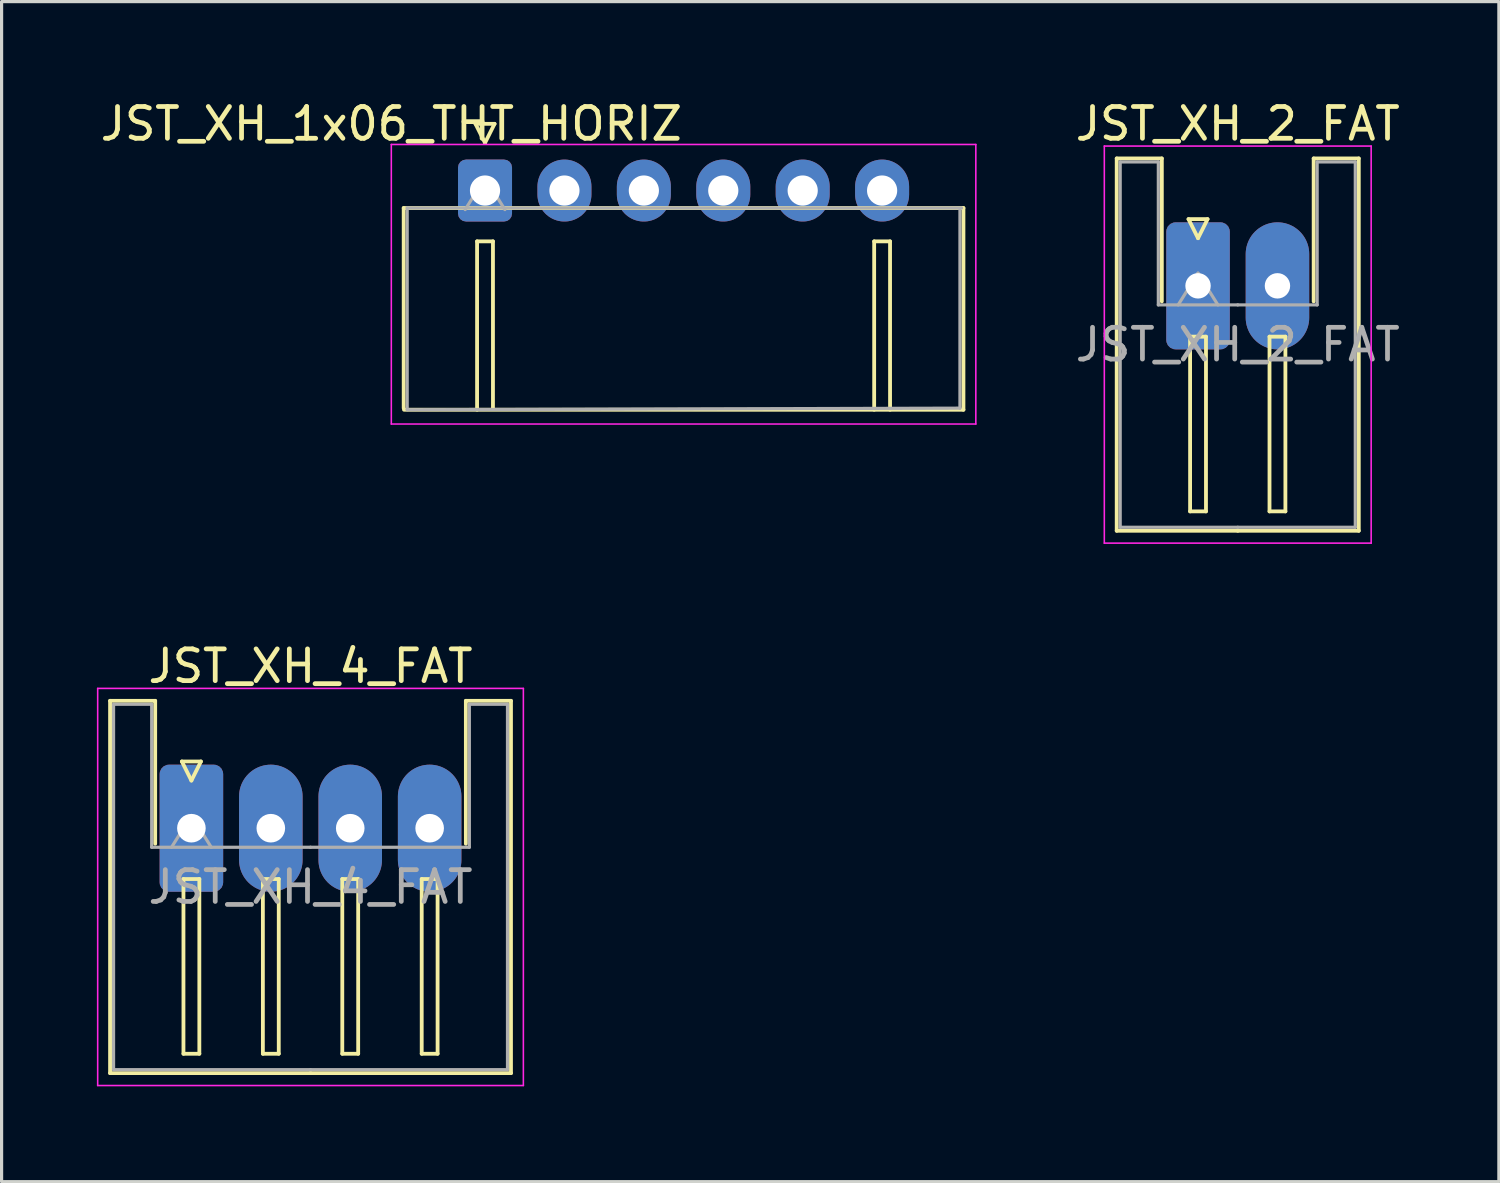
<source format=kicad_pcb>
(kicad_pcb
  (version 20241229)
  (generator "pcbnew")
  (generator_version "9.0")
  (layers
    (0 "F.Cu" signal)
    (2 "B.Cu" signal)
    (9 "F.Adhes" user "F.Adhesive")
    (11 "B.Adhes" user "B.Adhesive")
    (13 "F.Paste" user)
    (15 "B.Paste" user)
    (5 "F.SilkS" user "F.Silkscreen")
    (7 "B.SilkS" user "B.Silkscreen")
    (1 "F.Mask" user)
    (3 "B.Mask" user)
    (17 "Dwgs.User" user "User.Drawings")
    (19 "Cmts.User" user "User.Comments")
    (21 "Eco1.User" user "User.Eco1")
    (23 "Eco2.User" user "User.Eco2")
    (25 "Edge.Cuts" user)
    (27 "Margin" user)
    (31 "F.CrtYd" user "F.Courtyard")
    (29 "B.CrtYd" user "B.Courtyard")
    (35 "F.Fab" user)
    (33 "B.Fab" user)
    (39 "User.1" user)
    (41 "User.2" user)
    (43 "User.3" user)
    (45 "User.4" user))
  (footprint "JST_XH_4_FAT"
    (layer "F.Cu")
    (at 2.975 23.021)
    (property "Reference" "JST_XH_4_FAT" (at 3.75 -5.1 0) (layer "F.SilkS") (effects (font (size 1 1) (thickness 0.15))))
    (attr through_hole)
    (fp_line (start -2.56 -4.01) (end -1.14 -4.01) (stroke (width 0.12) (type solid)) (layer "F.SilkS"))
    (fp_line (start -2.56 7.71) (end -2.56 -4.01) (stroke (width 0.12) (type solid)) (layer "F.SilkS"))
    (fp_line (start -1.14 -4.01) (end -1.14 0.49) (stroke (width 0.12) (type solid)) (layer "F.SilkS"))
    (fp_line (start -0.3 -2.1) (end 0.3 -2.1) (stroke (width 0.12) (type solid)) (layer "F.SilkS"))
    (fp_line (start -0.25 1.6) (end -0.25 7.1) (stroke (width 0.12) (type solid)) (layer "F.SilkS"))
    (fp_line (start -0.25 7.1) (end 0.25 7.1) (stroke (width 0.12) (type solid)) (layer "F.SilkS"))
    (fp_line (start 0 -1.5) (end -0.3 -2.1) (stroke (width 0.12) (type solid)) (layer "F.SilkS"))
    (fp_line (start 0.25 1.6) (end -0.25 1.6) (stroke (width 0.12) (type solid)) (layer "F.SilkS"))
    (fp_line (start 0.25 7.1) (end 0.25 1.6) (stroke (width 0.12) (type solid)) (layer "F.SilkS"))
    (fp_line (start 0.3 -2.1) (end 0 -1.5) (stroke (width 0.12) (type solid)) (layer "F.SilkS"))
    (fp_line (start 2.25 1.6) (end 2.25 7.1) (stroke (width 0.12) (type solid)) (layer "F.SilkS"))
    (fp_line (start 2.25 7.1) (end 2.75 7.1) (stroke (width 0.12) (type solid)) (layer "F.SilkS"))
    (fp_line (start 2.75 1.6) (end 2.25 1.6) (stroke (width 0.12) (type solid)) (layer "F.SilkS"))
    (fp_line (start 2.75 7.1) (end 2.75 1.6) (stroke (width 0.12) (type solid)) (layer "F.SilkS"))
    (fp_line (start 3.75 7.71) (end -2.56 7.71) (stroke (width 0.12) (type solid)) (layer "F.SilkS"))
    (fp_line (start 3.75 7.71) (end 10.06 7.71) (stroke (width 0.12) (type solid)) (layer "F.SilkS"))
    (fp_line (start 4.75 1.6) (end 4.75 7.1) (stroke (width 0.12) (type solid)) (layer "F.SilkS"))
    (fp_line (start 4.75 7.1) (end 5.25 7.1) (stroke (width 0.12) (type solid)) (layer "F.SilkS"))
    (fp_line (start 5.25 1.6) (end 4.75 1.6) (stroke (width 0.12) (type solid)) (layer "F.SilkS"))
    (fp_line (start 5.25 7.1) (end 5.25 1.6) (stroke (width 0.12) (type solid)) (layer "F.SilkS"))
    (fp_line (start 7.25 1.6) (end 7.25 7.1) (stroke (width 0.12) (type solid)) (layer "F.SilkS"))
    (fp_line (start 7.25 7.1) (end 7.75 7.1) (stroke (width 0.12) (type solid)) (layer "F.SilkS"))
    (fp_line (start 7.75 1.6) (end 7.25 1.6) (stroke (width 0.12) (type solid)) (layer "F.SilkS"))
    (fp_line (start 7.75 7.1) (end 7.75 1.6) (stroke (width 0.12) (type solid)) (layer "F.SilkS"))
    (fp_line (start 8.64 -4.01) (end 8.64 0.49) (stroke (width 0.12) (type solid)) (layer "F.SilkS"))
    (fp_line (start 10.06 -4.01) (end 8.64 -4.01) (stroke (width 0.12) (type solid)) (layer "F.SilkS"))
    (fp_line (start 10.06 7.71) (end 10.06 -4.01) (stroke (width 0.12) (type solid)) (layer "F.SilkS"))
    (fp_line (start -2.95 -4.4) (end -2.95 8.1) (stroke (width 0.05) (type solid)) (layer "F.CrtYd"))
    (fp_line (start -2.95 8.1) (end 10.45 8.1) (stroke (width 0.05) (type solid)) (layer "F.CrtYd"))
    (fp_line (start 10.45 -4.4) (end -2.95 -4.4) (stroke (width 0.05) (type solid)) (layer "F.CrtYd"))
    (fp_line (start 10.45 8.1) (end 10.45 -4.4) (stroke (width 0.05) (type solid)) (layer "F.CrtYd"))
    (fp_line (start -2.45 -3.9) (end -1.25 -3.9) (stroke (width 0.1) (type solid)) (layer "F.Fab"))
    (fp_line (start -2.45 7.6) (end -2.45 -3.9) (stroke (width 0.1) (type solid)) (layer "F.Fab"))
    (fp_line (start -1.25 -3.9) (end -1.25 0.6) (stroke (width 0.1) (type solid)) (layer "F.Fab"))
    (fp_line (start -1.25 0.6) (end 3.75 0.6) (stroke (width 0.1) (type solid)) (layer "F.Fab"))
    (fp_line (start -0.625 0.6) (end 0 -0.4) (stroke (width 0.1) (type solid)) (layer "F.Fab"))
    (fp_line (start 0 -0.4) (end 0.625 0.6) (stroke (width 0.1) (type solid)) (layer "F.Fab"))
    (fp_line (start 3.75 7.6) (end -2.45 7.6) (stroke (width 0.1) (type solid)) (layer "F.Fab"))
    (fp_line (start 3.75 7.6) (end 9.95 7.6) (stroke (width 0.1) (type solid)) (layer "F.Fab"))
    (fp_line (start 8.75 -3.9) (end 8.75 0.6) (stroke (width 0.1) (type solid)) (layer "F.Fab"))
    (fp_line (start 8.75 0.6) (end 3.75 0.6) (stroke (width 0.1) (type solid)) (layer "F.Fab"))
    (fp_line (start 9.95 -3.9) (end 8.75 -3.9) (stroke (width 0.1) (type solid)) (layer "F.Fab"))
    (fp_line (start 9.95 7.6) (end 9.95 -3.9) (stroke (width 0.1) (type solid)) (layer "F.Fab"))
    (fp_text user "${REFERENCE}" (at 3.75 1.85 0) (layer "F.Fab") (effects (font (size 1 1) (thickness 0.15))))
    (pad "1" thru_hole roundrect (at 0 0) (size 2 4) (drill 0.9) (layers "*.Cu" "*.Mask") (roundrect_rratio 0.147))
    (pad "2" thru_hole oval (at 2.5 0) (size 2 4) (drill 0.9) (layers "*.Cu" "*.Mask"))
    (pad "3" thru_hole oval (at 5 0) (size 2 4) (drill 0.9) (layers "*.Cu" "*.Mask"))
    (pad "4" thru_hole oval (at 7.5 0) (size 2 4) (drill 0.9) (layers "*.Cu" "*.Mask")))
  (footprint "JST_XH_2_FAT"
    (layer "F.Cu")
    (at 34.663 5.948)
    (property "Reference" "JST_XH_2_FAT" (at 1.25 -5.1 0) (layer "F.SilkS") (effects (font (size 1 1) (thickness 0.15))))
    (attr through_hole)
    (fp_line (start -2.56 -4.01) (end -1.14 -4.01) (stroke (width 0.12) (type solid)) (layer "F.SilkS"))
    (fp_line (start -2.56 7.71) (end -2.56 -4.01) (stroke (width 0.12) (type solid)) (layer "F.SilkS"))
    (fp_line (start -1.14 -4.01) (end -1.14 0.49) (stroke (width 0.12) (type solid)) (layer "F.SilkS"))
    (fp_line (start -0.3 -2.1) (end 0.3 -2.1) (stroke (width 0.12) (type solid)) (layer "F.SilkS"))
    (fp_line (start -0.25 1.6) (end -0.25 7.1) (stroke (width 0.12) (type solid)) (layer "F.SilkS"))
    (fp_line (start -0.25 7.1) (end 0.25 7.1) (stroke (width 0.12) (type solid)) (layer "F.SilkS"))
    (fp_line (start 0 -1.5) (end -0.3 -2.1) (stroke (width 0.12) (type solid)) (layer "F.SilkS"))
    (fp_line (start 0.25 1.6) (end -0.25 1.6) (stroke (width 0.12) (type solid)) (layer "F.SilkS"))
    (fp_line (start 0.25 7.1) (end 0.25 1.6) (stroke (width 0.12) (type solid)) (layer "F.SilkS"))
    (fp_line (start 0.3 -2.1) (end 0 -1.5) (stroke (width 0.12) (type solid)) (layer "F.SilkS"))
    (fp_line (start 1.25 7.71) (end -2.56 7.71) (stroke (width 0.12) (type solid)) (layer "F.SilkS"))
    (fp_line (start 1.25 7.71) (end 5.06 7.71) (stroke (width 0.12) (type solid)) (layer "F.SilkS"))
    (fp_line (start 2.25 1.6) (end 2.25 7.1) (stroke (width 0.12) (type solid)) (layer "F.SilkS"))
    (fp_line (start 2.25 7.1) (end 2.75 7.1) (stroke (width 0.12) (type solid)) (layer "F.SilkS"))
    (fp_line (start 2.75 1.6) (end 2.25 1.6) (stroke (width 0.12) (type solid)) (layer "F.SilkS"))
    (fp_line (start 2.75 7.1) (end 2.75 1.6) (stroke (width 0.12) (type solid)) (layer "F.SilkS"))
    (fp_line (start 3.64 -4.01) (end 3.64 0.49) (stroke (width 0.12) (type solid)) (layer "F.SilkS"))
    (fp_line (start 5.06 -4.01) (end 3.64 -4.01) (stroke (width 0.12) (type solid)) (layer "F.SilkS"))
    (fp_line (start 5.06 7.71) (end 5.06 -4.01) (stroke (width 0.12) (type solid)) (layer "F.SilkS"))
    (fp_line (start -2.95 -4.4) (end -2.95 8.1) (stroke (width 0.05) (type solid)) (layer "F.CrtYd"))
    (fp_line (start -2.95 8.1) (end 5.45 8.1) (stroke (width 0.05) (type solid)) (layer "F.CrtYd"))
    (fp_line (start 5.45 -4.4) (end -2.95 -4.4) (stroke (width 0.05) (type solid)) (layer "F.CrtYd"))
    (fp_line (start 5.45 8.1) (end 5.45 -4.4) (stroke (width 0.05) (type solid)) (layer "F.CrtYd"))
    (fp_line (start -2.45 -3.9) (end -1.25 -3.9) (stroke (width 0.1) (type solid)) (layer "F.Fab"))
    (fp_line (start -2.45 7.6) (end -2.45 -3.9) (stroke (width 0.1) (type solid)) (layer "F.Fab"))
    (fp_line (start -1.25 -3.9) (end -1.25 0.6) (stroke (width 0.1) (type solid)) (layer "F.Fab"))
    (fp_line (start -1.25 0.6) (end 1.25 0.6) (stroke (width 0.1) (type solid)) (layer "F.Fab"))
    (fp_line (start -0.625 0.6) (end 0 -0.4) (stroke (width 0.1) (type solid)) (layer "F.Fab"))
    (fp_line (start 0 -0.4) (end 0.625 0.6) (stroke (width 0.1) (type solid)) (layer "F.Fab"))
    (fp_line (start 1.25 7.6) (end -2.45 7.6) (stroke (width 0.1) (type solid)) (layer "F.Fab"))
    (fp_line (start 1.25 7.6) (end 4.95 7.6) (stroke (width 0.1) (type solid)) (layer "F.Fab"))
    (fp_line (start 3.75 -3.9) (end 3.75 0.6) (stroke (width 0.1) (type solid)) (layer "F.Fab"))
    (fp_line (start 3.75 0.6) (end 1.25 0.6) (stroke (width 0.1) (type solid)) (layer "F.Fab"))
    (fp_line (start 4.95 -3.9) (end 3.75 -3.9) (stroke (width 0.1) (type solid)) (layer "F.Fab"))
    (fp_line (start 4.95 7.6) (end 4.95 -3.9) (stroke (width 0.1) (type solid)) (layer "F.Fab"))
    (fp_text user "${REFERENCE}" (at 1.25 1.85 0) (layer "F.Fab") (effects (font (size 1 1) (thickness 0.15))))
    (pad "1" thru_hole roundrect (at 0 0) (size 2 4) (drill 0.8) (layers "*.Cu" "*.Mask") (roundrect_rratio 0.147))
    (pad "2" thru_hole oval (at 2.5 0) (size 2 4) (drill 0.8) (layers "*.Cu" "*.Mask")))
  (footprint "JST_XH_1x06_THT_HORIZ"
    (layer "F.Cu")
    (at 12.218 2.948)
    (property "Reference" "JST_XH_1x06_THT_HORIZ" (at -2.95 -2.1 0) (layer "F.SilkS") (effects (font (size 1 1) (thickness 0.15))))
    (attr through_hole)
    (fp_line (start -2.56 0.55) (end 15.06 0.55) (stroke (width 0.12) (type solid)) (layer "F.SilkS"))
    (fp_line (start -2.56 6.85) (end -2.56 0.55) (stroke (width 0.12) (type solid)) (layer "F.SilkS"))
    (fp_line (start -2.55 6.9) (end 15.06 6.9) (stroke (width 0.12) (type solid)) (layer "F.SilkS"))
    (fp_line (start -0.3 -2.1) (end 0.3 -2.1) (stroke (width 0.12) (type solid)) (layer "F.SilkS"))
    (fp_line (start -0.25 1.6) (end -0.25 6.9) (stroke (width 0.12) (type solid)) (layer "F.SilkS"))
    (fp_line (start 0 -1.5) (end -0.3 -2.1) (stroke (width 0.12) (type solid)) (layer "F.SilkS"))
    (fp_line (start 0.25 1.6) (end -0.25 1.6) (stroke (width 0.12) (type solid)) (layer "F.SilkS"))
    (fp_line (start 0.25 6.85) (end 0.25 1.6) (stroke (width 0.12) (type solid)) (layer "F.SilkS"))
    (fp_line (start 0.3 -2.1) (end 0 -1.5) (stroke (width 0.12) (type solid)) (layer "F.SilkS"))
    (fp_line (start 12.25 1.6) (end 12.25 6.9) (stroke (width 0.12) (type solid)) (layer "F.SilkS"))
    (fp_line (start 12.75 1.6) (end 12.25 1.6) (stroke (width 0.12) (type solid)) (layer "F.SilkS"))
    (fp_line (start 12.75 6.9) (end 12.75 1.6) (stroke (width 0.12) (type solid)) (layer "F.SilkS"))
    (fp_line (start 15.06 6.9) (end 15.06 0.55) (stroke (width 0.12) (type solid)) (layer "F.SilkS"))
    (fp_line (start -2.95 -1.45) (end -2.95 7.35) (stroke (width 0.05) (type solid)) (layer "F.CrtYd"))
    (fp_line (start -2.95 7.35) (end 15.45 7.35) (stroke (width 0.05) (type solid)) (layer "F.CrtYd"))
    (fp_line (start 15.45 -1.45) (end -2.95 -1.45) (stroke (width 0.05) (type solid)) (layer "F.CrtYd"))
    (fp_line (start 15.45 7.35) (end 15.45 -1.45) (stroke (width 0.05) (type solid)) (layer "F.CrtYd"))
    (fp_line (start -2.45 6.9) (end -2.45 0.55) (stroke (width 0.1) (type solid)) (layer "F.Fab"))
    (fp_line (start -2.45 6.9) (end 14.95 6.85) (stroke (width 0.1) (type solid)) (layer "F.Fab"))
    (fp_line (start -0.625 0.6) (end 0 -0.4) (stroke (width 0.1) (type solid)) (layer "F.Fab"))
    (fp_line (start 0 -0.4) (end 0.625 0.6) (stroke (width 0.1) (type solid)) (layer "F.Fab"))
    (fp_line (start 14.95 6.85) (end 14.95 0.6) (stroke (width 0.1) (type solid)) (layer "F.Fab"))
    (fp_line (start 15 0.55) (end -2.45 0.55) (stroke (width 0.1) (type solid)) (layer "F.Fab"))
    (pad "1" thru_hole roundrect (at 0 0) (size 1.7 1.95) (drill 0.95) (layers "*.Cu" "*.Mask") (roundrect_rratio 0.147))
    (pad "2" thru_hole oval (at 2.5 0) (size 1.7 1.95) (drill 0.95) (layers "*.Cu" "*.Mask"))
    (pad "3" thru_hole oval (at 5 0) (size 1.7 1.95) (drill 0.95) (layers "*.Cu" "*.Mask"))
    (pad "4" thru_hole oval (at 7.5 0) (size 1.7 1.95) (drill 0.95) (layers "*.Cu" "*.Mask"))
    (pad "5" thru_hole oval (at 10 0) (size 1.7 1.95) (drill 0.95) (layers "*.Cu" "*.Mask"))
    (pad "6" thru_hole oval (at 12.5 0) (size 1.7 1.95) (drill 0.95) (layers "*.Cu" "*.Mask")))
  (gr_rect
    (start -3 -3)
    (end 44.133 34.147)
    (stroke (width 0.1) (type default))
    (fill no)
    (layer "Edge.Cuts")))
</source>
